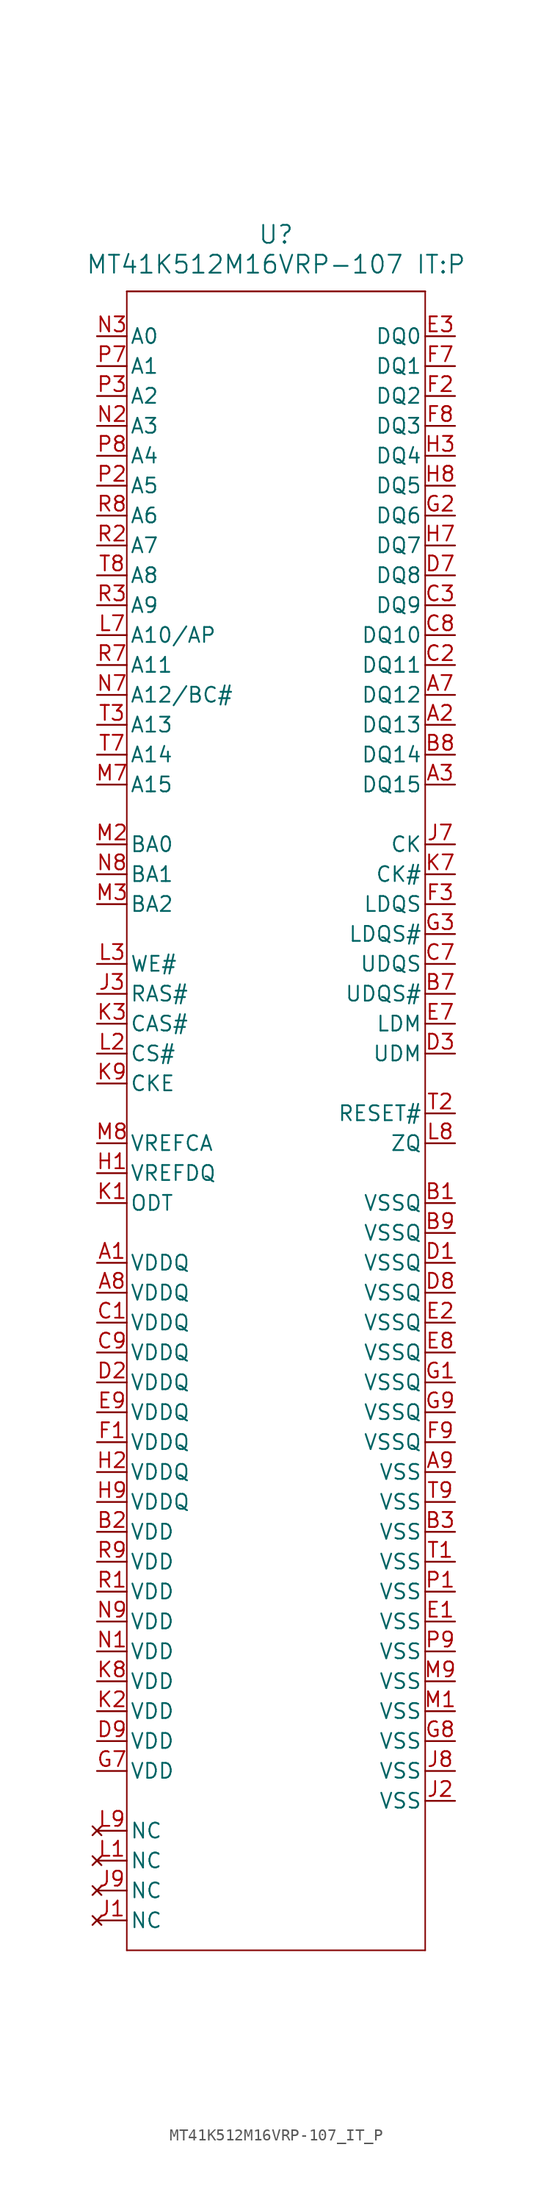
<source format=kicad_sym>
(kicad_symbol_lib
  (version 20241209)
  (generator "kicad_symbol_editor")
  (generator_version "9.0")
  (symbol "MT41K512M16VRP-107_IT_P"
    (pin_names
      (offset 0.254))
    (property "Reference" "U"
      (at 20.32 12.446 0)
      (effects (font (size 1.524 1.524))))
    (property "Value" "MT41K512M16VRP-107 IT:P"
      (at 20.32 9.906 0)
      (effects (font (size 1.524 1.524))))
    (property "ki_locked" ""
      (at 0 0 0)
      (effects (font (size 1.27 1.27))))
    (symbol "MT41K512M16VRP-107_IT_P_0_1"
      (polyline (pts (xy 7.62 7.62) (xy 7.62 -133.35)) (stroke (width 0.127) (type default)) (fill (type none)))
      (polyline (pts (xy 7.62 -133.35) (xy 33.02 -133.35)) (stroke (width 0.127) (type default)) (fill (type none)))
      (polyline (pts (xy 33.02 7.62) (xy 7.62 7.62)) (stroke (width 0) (type default)) (fill (type none)))
      (polyline (pts (xy 33.02 -133.35) (xy 33.02 7.62)) (stroke (width 0.127) (type default)) (fill (type none)))
      (pin input line (at 5.08 3.81 0) (length 2.54) (name "A0" (effects (font (size 1.27 1.27)))) (number "N3" (effects (font (size 1.27 1.27)))))
      (pin input line (at 5.08 1.27 0) (length 2.54) (name "A1" (effects (font (size 1.27 1.27)))) (number "P7" (effects (font (size 1.27 1.27)))))
      (pin input line (at 5.08 -1.27 0) (length 2.54) (name "A2" (effects (font (size 1.27 1.27)))) (number "P3" (effects (font (size 1.27 1.27)))))
      (pin input line (at 5.08 -3.81 0) (length 2.54) (name "A3" (effects (font (size 1.27 1.27)))) (number "N2" (effects (font (size 1.27 1.27)))))
      (pin input line (at 5.08 -6.35 0) (length 2.54) (name "A4" (effects (font (size 1.27 1.27)))) (number "P8" (effects (font (size 1.27 1.27)))))
      (pin input line (at 5.08 -8.89 0) (length 2.54) (name "A5" (effects (font (size 1.27 1.27)))) (number "P2" (effects (font (size 1.27 1.27)))))
      (pin input line (at 5.08 -11.43 0) (length 2.54) (name "A6" (effects (font (size 1.27 1.27)))) (number "R8" (effects (font (size 1.27 1.27)))))
      (pin input line (at 5.08 -13.97 0) (length 2.54) (name "A7" (effects (font (size 1.27 1.27)))) (number "R2" (effects (font (size 1.27 1.27)))))
      (pin input line (at 5.08 -16.51 0) (length 2.54) (name "A8" (effects (font (size 1.27 1.27)))) (number "T8" (effects (font (size 1.27 1.27)))))
      (pin input line (at 5.08 -19.05 0) (length 2.54) (name "A9" (effects (font (size 1.27 1.27)))) (number "R3" (effects (font (size 1.27 1.27)))))
      (pin input line (at 5.08 -21.59 0) (length 2.54) (name "A10/AP" (effects (font (size 1.27 1.27)))) (number "L7" (effects (font (size 1.27 1.27)))))
      (pin input line (at 5.08 -24.13 0) (length 2.54) (name "A11" (effects (font (size 1.27 1.27)))) (number "R7" (effects (font (size 1.27 1.27)))))
      (pin input line (at 5.08 -26.67 0) (length 2.54) (name "A12/BC#" (effects (font (size 1.27 1.27)))) (number "N7" (effects (font (size 1.27 1.27)))))
      (pin input line (at 5.08 -29.21 0) (length 2.54) (name "A13" (effects (font (size 1.27 1.27)))) (number "T3" (effects (font (size 1.27 1.27)))))
      (pin input line (at 5.08 -31.75 0) (length 2.54) (name "A14" (effects (font (size 1.27 1.27)))) (number "T7" (effects (font (size 1.27 1.27)))))
      (pin input line (at 5.08 -34.29 0) (length 2.54) (name "A15" (effects (font (size 1.27 1.27)))) (number "M7" (effects (font (size 1.27 1.27)))))
      (pin input line (at 5.08 -39.37 0) (length 2.54) (name "BA0" (effects (font (size 1.27 1.27)))) (number "M2" (effects (font (size 1.27 1.27)))))
      (pin input line (at 5.08 -41.91 0) (length 2.54) (name "BA1" (effects (font (size 1.27 1.27)))) (number "N8" (effects (font (size 1.27 1.27)))))
      (pin input line (at 5.08 -44.45 0) (length 2.54) (name "BA2" (effects (font (size 1.27 1.27)))) (number "M3" (effects (font (size 1.27 1.27)))))
      (pin input line (at 5.08 -49.53 0) (length 2.54) (name "WE#" (effects (font (size 1.27 1.27)))) (number "L3" (effects (font (size 1.27 1.27)))))
      (pin input line (at 5.08 -52.07 0) (length 2.54) (name "RAS#" (effects (font (size 1.27 1.27)))) (number "J3" (effects (font (size 1.27 1.27)))))
      (pin input line (at 5.08 -54.61 0) (length 2.54) (name "CAS#" (effects (font (size 1.27 1.27)))) (number "K3" (effects (font (size 1.27 1.27)))))
      (pin input line (at 5.08 -57.15 0) (length 2.54) (name "CS#" (effects (font (size 1.27 1.27)))) (number "L2" (effects (font (size 1.27 1.27)))))
      (pin input line (at 5.08 -59.69 0) (length 2.54) (name "CKE" (effects (font (size 1.27 1.27)))) (number "K9" (effects (font (size 1.27 1.27)))))
      (pin power_in line (at 5.08 -64.77 0) (length 2.54) (name "VREFCA" (effects (font (size 1.27 1.27)))) (number "M8" (effects (font (size 1.27 1.27)))))
      (pin power_in line (at 5.08 -67.31 0) (length 2.54) (name "VREFDQ" (effects (font (size 1.27 1.27)))) (number "H1" (effects (font (size 1.27 1.27)))))
      (pin input line (at 5.08 -69.85 0) (length 2.54) (name "ODT" (effects (font (size 1.27 1.27)))) (number "K1" (effects (font (size 1.27 1.27)))))
      (pin power_in line (at 5.08 -74.93 0) (length 2.54) (name "VDDQ" (effects (font (size 1.27 1.27)))) (number "A1" (effects (font (size 1.27 1.27)))))
      (pin power_in line (at 5.08 -77.47 0) (length 2.54) (name "VDDQ" (effects (font (size 1.27 1.27)))) (number "A8" (effects (font (size 1.27 1.27)))))
      (pin power_in line (at 5.08 -80.01 0) (length 2.54) (name "VDDQ" (effects (font (size 1.27 1.27)))) (number "C1" (effects (font (size 1.27 1.27)))))
      (pin power_in line (at 5.08 -82.55 0) (length 2.54) (name "VDDQ" (effects (font (size 1.27 1.27)))) (number "C9" (effects (font (size 1.27 1.27)))))
      (pin power_in line (at 5.08 -85.09 0) (length 2.54) (name "VDDQ" (effects (font (size 1.27 1.27)))) (number "D2" (effects (font (size 1.27 1.27)))))
      (pin power_in line (at 5.08 -87.63 0) (length 2.54) (name "VDDQ" (effects (font (size 1.27 1.27)))) (number "E9" (effects (font (size 1.27 1.27)))))
      (pin power_in line (at 5.08 -90.17 0) (length 2.54) (name "VDDQ" (effects (font (size 1.27 1.27)))) (number "F1" (effects (font (size 1.27 1.27)))))
      (pin power_in line (at 5.08 -92.71 0) (length 2.54) (name "VDDQ" (effects (font (size 1.27 1.27)))) (number "H2" (effects (font (size 1.27 1.27)))))
      (pin power_in line (at 5.08 -95.25 0) (length 2.54) (name "VDDQ" (effects (font (size 1.27 1.27)))) (number "H9" (effects (font (size 1.27 1.27)))))
      (pin power_in line (at 5.08 -97.79 0) (length 2.54) (name "VDD" (effects (font (size 1.27 1.27)))) (number "B2" (effects (font (size 1.27 1.27)))))
      (pin power_in line (at 5.08 -100.33 0) (length 2.54) (name "VDD" (effects (font (size 1.27 1.27)))) (number "R9" (effects (font (size 1.27 1.27)))))
      (pin power_in line (at 5.08 -102.87 0) (length 2.54) (name "VDD" (effects (font (size 1.27 1.27)))) (number "R1" (effects (font (size 1.27 1.27)))))
      (pin power_in line (at 5.08 -105.41 0) (length 2.54) (name "VDD" (effects (font (size 1.27 1.27)))) (number "N9" (effects (font (size 1.27 1.27)))))
      (pin power_in line (at 5.08 -107.95 0) (length 2.54) (name "VDD" (effects (font (size 1.27 1.27)))) (number "N1" (effects (font (size 1.27 1.27)))))
      (pin power_in line (at 5.08 -110.49 0) (length 2.54) (name "VDD" (effects (font (size 1.27 1.27)))) (number "K8" (effects (font (size 1.27 1.27)))))
      (pin power_in line (at 5.08 -113.03 0) (length 2.54) (name "VDD" (effects (font (size 1.27 1.27)))) (number "K2" (effects (font (size 1.27 1.27)))))
      (pin power_in line (at 5.08 -115.57 0) (length 2.54) (name "VDD" (effects (font (size 1.27 1.27)))) (number "D9" (effects (font (size 1.27 1.27)))))
      (pin power_in line (at 5.08 -118.11 0) (length 2.54) (name "VDD" (effects (font (size 1.27 1.27)))) (number "G7" (effects (font (size 1.27 1.27)))))
      (pin no_connect line (at 5.08 -123.19 0) (length 2.54) (name "NC" (effects (font (size 1.27 1.27)))) (number "L9" (effects (font (size 1.27 1.27)))))
      (pin no_connect line (at 5.08 -125.73 0) (length 2.54) (name "NC" (effects (font (size 1.27 1.27)))) (number "L1" (effects (font (size 1.27 1.27)))))
      (pin no_connect line (at 5.08 -128.27 0) (length 2.54) (name "NC" (effects (font (size 1.27 1.27)))) (number "J9" (effects (font (size 1.27 1.27)))))
      (pin no_connect line (at 5.08 -130.81 0) (length 2.54) (name "NC" (effects (font (size 1.27 1.27)))) (number "J1" (effects (font (size 1.27 1.27)))))
      (pin bidirectional line (at 35.56 3.81 180) (length 2.54) (name "DQ0" (effects (font (size 1.27 1.27)))) (number "E3" (effects (font (size 1.27 1.27)))))
      (pin bidirectional line (at 35.56 1.27 180) (length 2.54) (name "DQ1" (effects (font (size 1.27 1.27)))) (number "F7" (effects (font (size 1.27 1.27)))))
      (pin bidirectional line (at 35.56 -1.27 180) (length 2.54) (name "DQ2" (effects (font (size 1.27 1.27)))) (number "F2" (effects (font (size 1.27 1.27)))))
      (pin bidirectional line (at 35.56 -3.81 180) (length 2.54) (name "DQ3" (effects (font (size 1.27 1.27)))) (number "F8" (effects (font (size 1.27 1.27)))))
      (pin bidirectional line (at 35.56 -6.35 180) (length 2.54) (name "DQ4" (effects (font (size 1.27 1.27)))) (number "H3" (effects (font (size 1.27 1.27)))))
      (pin bidirectional line (at 35.56 -8.89 180) (length 2.54) (name "DQ5" (effects (font (size 1.27 1.27)))) (number "H8" (effects (font (size 1.27 1.27)))))
      (pin bidirectional line (at 35.56 -11.43 180) (length 2.54) (name "DQ6" (effects (font (size 1.27 1.27)))) (number "G2" (effects (font (size 1.27 1.27)))))
      (pin bidirectional line (at 35.56 -13.97 180) (length 2.54) (name "DQ7" (effects (font (size 1.27 1.27)))) (number "H7" (effects (font (size 1.27 1.27)))))
      (pin bidirectional line (at 35.56 -16.51 180) (length 2.54) (name "DQ8" (effects (font (size 1.27 1.27)))) (number "D7" (effects (font (size 1.27 1.27)))))
      (pin bidirectional line (at 35.56 -19.05 180) (length 2.54) (name "DQ9" (effects (font (size 1.27 1.27)))) (number "C3" (effects (font (size 1.27 1.27)))))
      (pin bidirectional line (at 35.56 -21.59 180) (length 2.54) (name "DQ10" (effects (font (size 1.27 1.27)))) (number "C8" (effects (font (size 1.27 1.27)))))
      (pin bidirectional line (at 35.56 -24.13 180) (length 2.54) (name "DQ11" (effects (font (size 1.27 1.27)))) (number "C2" (effects (font (size 1.27 1.27)))))
      (pin bidirectional line (at 35.56 -26.67 180) (length 2.54) (name "DQ12" (effects (font (size 1.27 1.27)))) (number "A7" (effects (font (size 1.27 1.27)))))
      (pin bidirectional line (at 35.56 -29.21 180) (length 2.54) (name "DQ13" (effects (font (size 1.27 1.27)))) (number "A2" (effects (font (size 1.27 1.27)))))
      (pin bidirectional line (at 35.56 -31.75 180) (length 2.54) (name "DQ14" (effects (font (size 1.27 1.27)))) (number "B8" (effects (font (size 1.27 1.27)))))
      (pin bidirectional line (at 35.56 -34.29 180) (length 2.54) (name "DQ15" (effects (font (size 1.27 1.27)))) (number "A3" (effects (font (size 1.27 1.27)))))
      (pin input line (at 35.56 -39.37 180) (length 2.54) (name "CK" (effects (font (size 1.27 1.27)))) (number "J7" (effects (font (size 1.27 1.27)))))
      (pin input line (at 35.56 -41.91 180) (length 2.54) (name "CK#" (effects (font (size 1.27 1.27)))) (number "K7" (effects (font (size 1.27 1.27)))))
      (pin bidirectional line (at 35.56 -44.45 180) (length 2.54) (name "LDQS" (effects (font (size 1.27 1.27)))) (number "F3" (effects (font (size 1.27 1.27)))))
      (pin bidirectional line (at 35.56 -46.99 180) (length 2.54) (name "LDQS#" (effects (font (size 1.27 1.27)))) (number "G3" (effects (font (size 1.27 1.27)))))
      (pin bidirectional line (at 35.56 -49.53 180) (length 2.54) (name "UDQS" (effects (font (size 1.27 1.27)))) (number "C7" (effects (font (size 1.27 1.27)))))
      (pin bidirectional line (at 35.56 -52.07 180) (length 2.54) (name "UDQS#" (effects (font (size 1.27 1.27)))) (number "B7" (effects (font (size 1.27 1.27)))))
      (pin input line (at 35.56 -54.61 180) (length 2.54) (name "LDM" (effects (font (size 1.27 1.27)))) (number "E7" (effects (font (size 1.27 1.27)))))
      (pin input line (at 35.56 -57.15 180) (length 2.54) (name "UDM" (effects (font (size 1.27 1.27)))) (number "D3" (effects (font (size 1.27 1.27)))))
      (pin input line (at 35.56 -62.23 180) (length 2.54) (name "RESET#" (effects (font (size 1.27 1.27)))) (number "T2" (effects (font (size 1.27 1.27)))))
      (pin power_in line (at 35.56 -64.77 180) (length 2.54) (name "ZQ" (effects (font (size 1.27 1.27)))) (number "L8" (effects (font (size 1.27 1.27)))))
      (pin power_out line (at 35.56 -69.85 180) (length 2.54) (name "VSSQ" (effects (font (size 1.27 1.27)))) (number "B1" (effects (font (size 1.27 1.27)))))
      (pin power_out line (at 35.56 -72.39 180) (length 2.54) (name "VSSQ" (effects (font (size 1.27 1.27)))) (number "B9" (effects (font (size 1.27 1.27)))))
      (pin power_out line (at 35.56 -74.93 180) (length 2.54) (name "VSSQ" (effects (font (size 1.27 1.27)))) (number "D1" (effects (font (size 1.27 1.27)))))
      (pin power_out line (at 35.56 -77.47 180) (length 2.54) (name "VSSQ" (effects (font (size 1.27 1.27)))) (number "D8" (effects (font (size 1.27 1.27)))))
      (pin power_out line (at 35.56 -80.01 180) (length 2.54) (name "VSSQ" (effects (font (size 1.27 1.27)))) (number "E2" (effects (font (size 1.27 1.27)))))
      (pin power_out line (at 35.56 -82.55 180) (length 2.54) (name "VSSQ" (effects (font (size 1.27 1.27)))) (number "E8" (effects (font (size 1.27 1.27)))))
      (pin power_out line (at 35.56 -85.09 180) (length 2.54) (name "VSSQ" (effects (font (size 1.27 1.27)))) (number "G1" (effects (font (size 1.27 1.27)))))
      (pin power_out line (at 35.56 -87.63 180) (length 2.54) (name "VSSQ" (effects (font (size 1.27 1.27)))) (number "G9" (effects (font (size 1.27 1.27)))))
      (pin power_out line (at 35.56 -90.17 180) (length 2.54) (name "VSSQ" (effects (font (size 1.27 1.27)))) (number "F9" (effects (font (size 1.27 1.27)))))
      (pin power_out line (at 35.56 -92.71 180) (length 2.54) (name "VSS" (effects (font (size 1.27 1.27)))) (number "A9" (effects (font (size 1.27 1.27)))))
      (pin power_out line (at 35.56 -95.25 180) (length 2.54) (name "VSS" (effects (font (size 1.27 1.27)))) (number "T9" (effects (font (size 1.27 1.27)))))
      (pin power_out line (at 35.56 -97.79 180) (length 2.54) (name "VSS" (effects (font (size 1.27 1.27)))) (number "B3" (effects (font (size 1.27 1.27)))))
      (pin power_out line (at 35.56 -100.33 180) (length 2.54) (name "VSS" (effects (font (size 1.27 1.27)))) (number "T1" (effects (font (size 1.27 1.27)))))
      (pin power_out line (at 35.56 -102.87 180) (length 2.54) (name "VSS" (effects (font (size 1.27 1.27)))) (number "P1" (effects (font (size 1.27 1.27)))))
      (pin power_out line (at 35.56 -105.41 180) (length 2.54) (name "VSS" (effects (font (size 1.27 1.27)))) (number "E1" (effects (font (size 1.27 1.27)))))
      (pin power_out line (at 35.56 -107.95 180) (length 2.54) (name "VSS" (effects (font (size 1.27 1.27)))) (number "P9" (effects (font (size 1.27 1.27)))))
      (pin power_out line (at 35.56 -110.49 180) (length 2.54) (name "VSS" (effects (font (size 1.27 1.27)))) (number "M9" (effects (font (size 1.27 1.27)))))
      (pin power_out line (at 35.56 -113.03 180) (length 2.54) (name "VSS" (effects (font (size 1.27 1.27)))) (number "M1" (effects (font (size 1.27 1.27)))))
      (pin power_out line (at 35.56 -115.57 180) (length 2.54) (name "VSS" (effects (font (size 1.27 1.27)))) (number "G8" (effects (font (size 1.27 1.27)))))
      (pin power_out line (at 35.56 -118.11 180) (length 2.54) (name "VSS" (effects (font (size 1.27 1.27)))) (number "J8" (effects (font (size 1.27 1.27)))))
      (pin power_out line (at 35.56 -120.65 180) (length 2.54) (name "VSS" (effects (font (size 1.27 1.27)))) (number "J2" (effects (font (size 1.27 1.27))))))))
</source>
